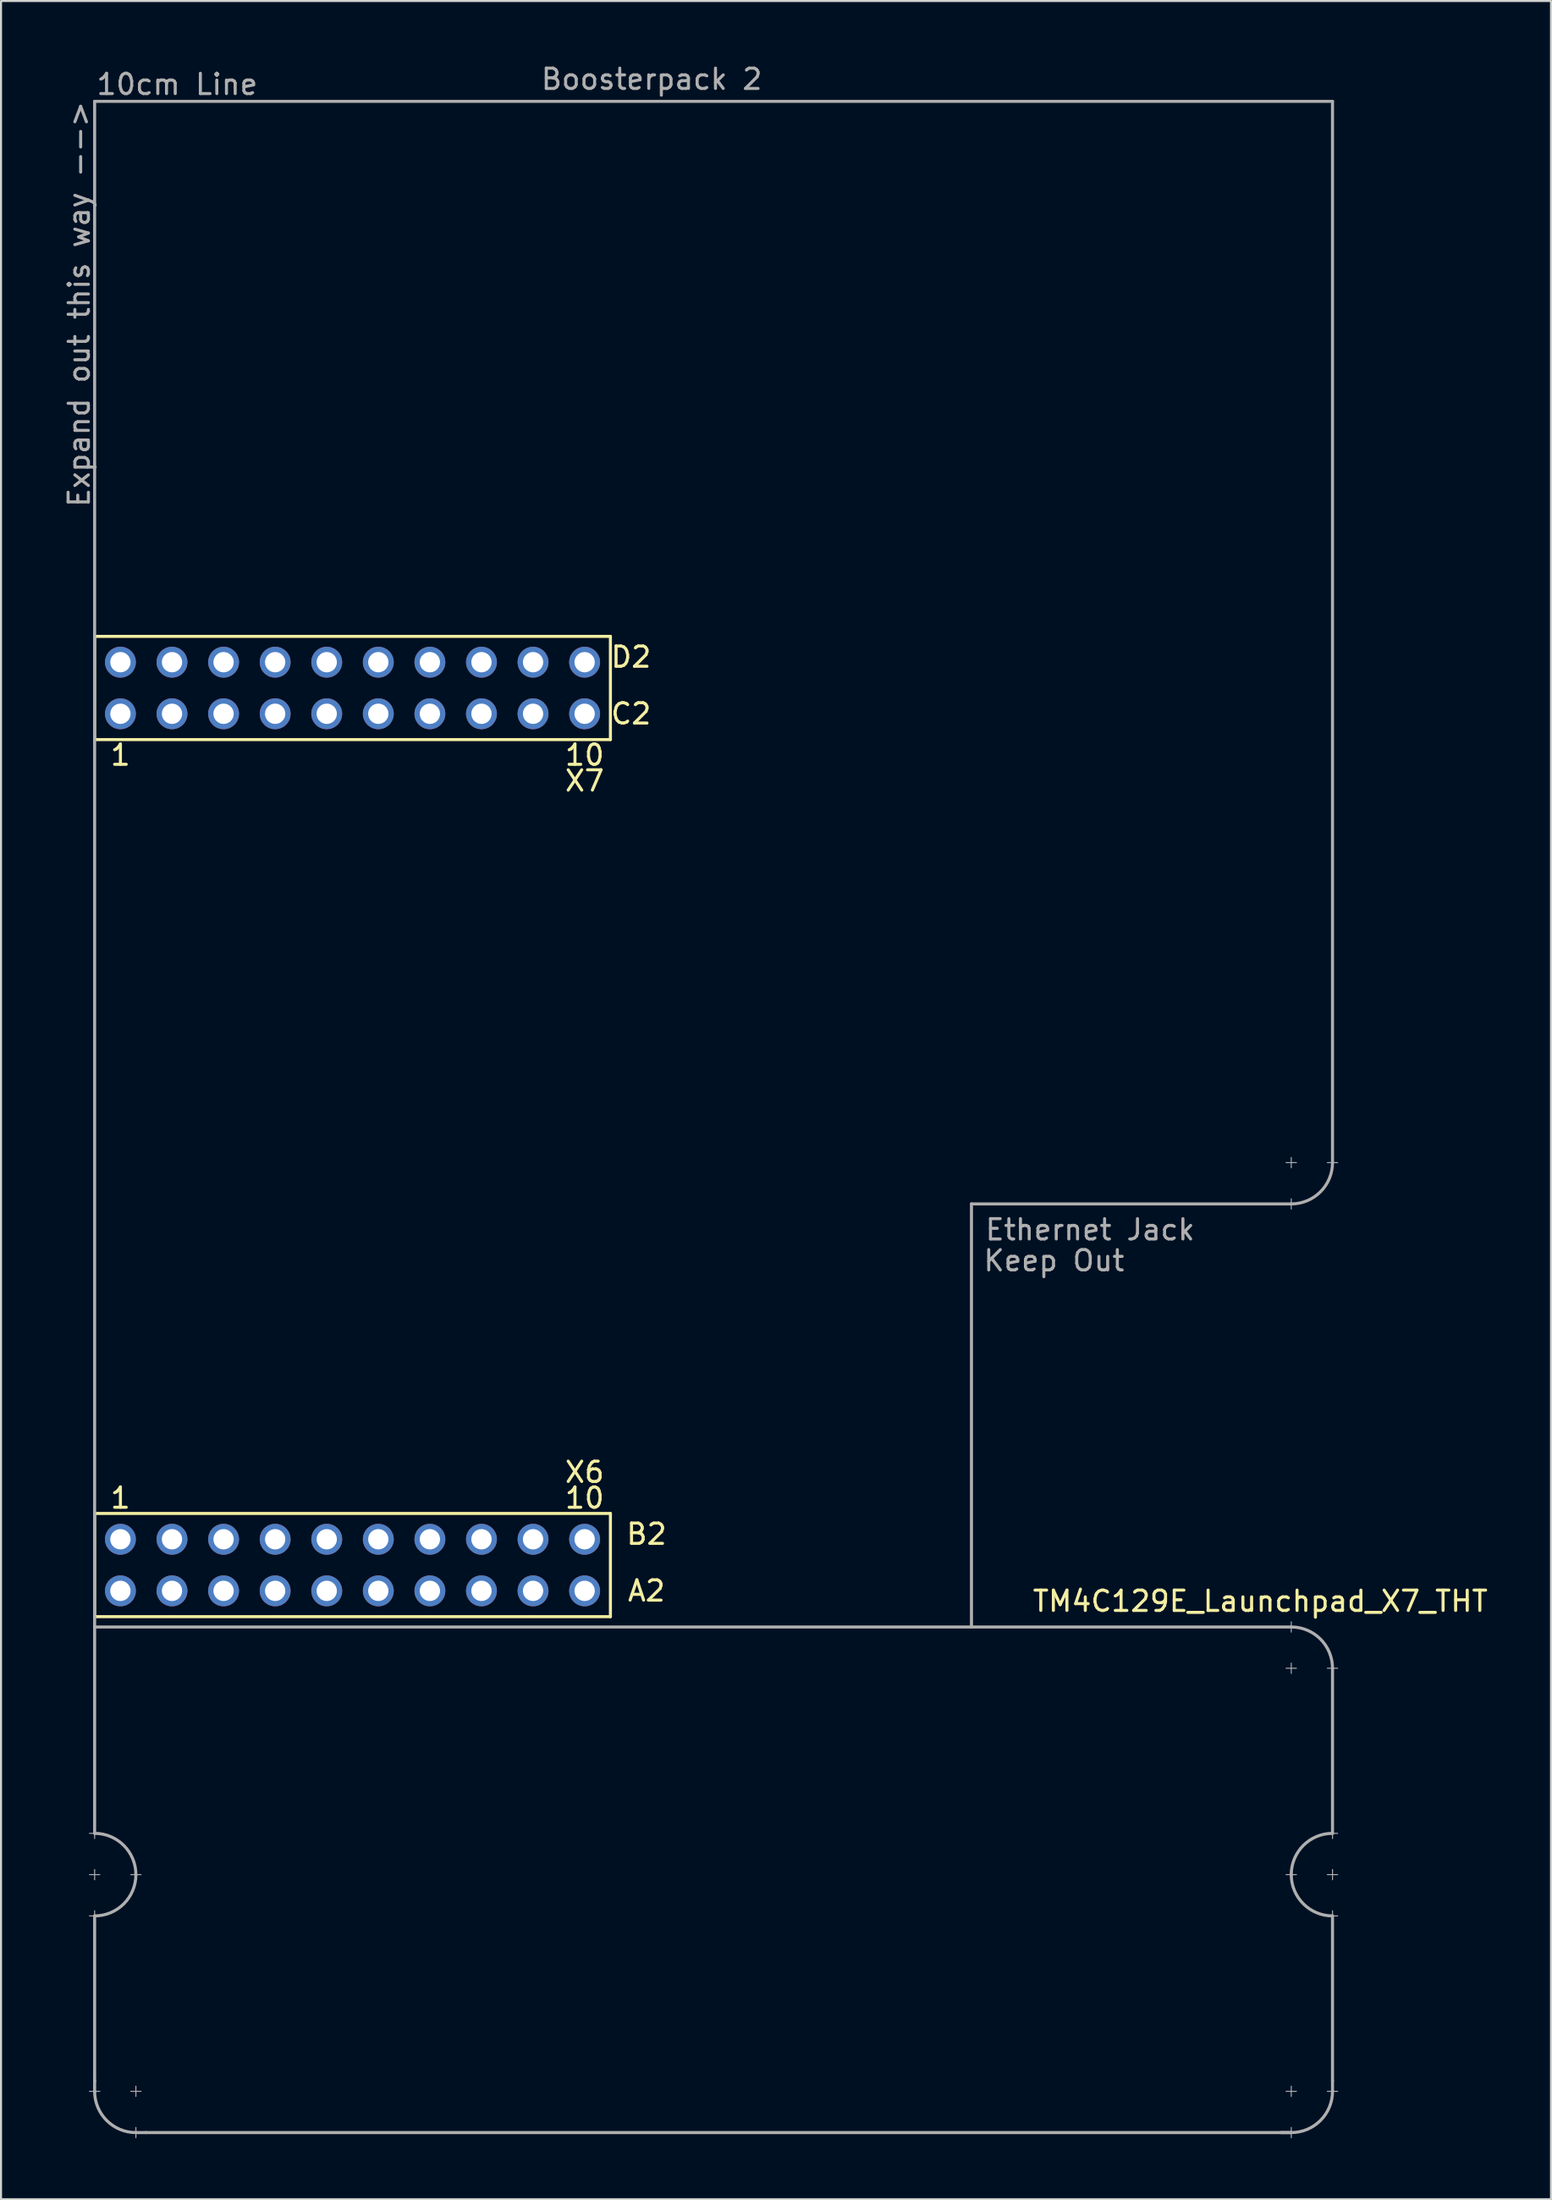
<source format=kicad_pcb>
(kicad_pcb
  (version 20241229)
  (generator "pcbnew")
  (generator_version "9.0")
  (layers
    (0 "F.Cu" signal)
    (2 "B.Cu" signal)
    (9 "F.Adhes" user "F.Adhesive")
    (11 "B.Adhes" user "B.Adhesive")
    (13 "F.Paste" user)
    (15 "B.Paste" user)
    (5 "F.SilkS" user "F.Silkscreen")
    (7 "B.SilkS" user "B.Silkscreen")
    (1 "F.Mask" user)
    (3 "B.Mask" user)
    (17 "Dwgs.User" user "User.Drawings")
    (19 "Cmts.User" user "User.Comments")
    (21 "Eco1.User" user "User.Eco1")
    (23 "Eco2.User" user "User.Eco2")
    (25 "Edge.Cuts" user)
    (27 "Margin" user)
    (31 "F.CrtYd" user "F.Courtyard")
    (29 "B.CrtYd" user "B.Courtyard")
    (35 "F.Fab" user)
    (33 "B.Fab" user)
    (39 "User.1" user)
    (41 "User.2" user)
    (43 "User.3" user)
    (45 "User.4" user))
  (footprint "TM4C129E_Launchpad_X7_THT"
    (layer "F.Cu")
    (at 1.61 76.54)
    (property "Reference" "TM4C129E_Launchpad_X7_THT" (at 57.404 -0.762 180) (layer "F.SilkS") (effects (font (size 1 1) (thickness 0.15))))
    (attr through_hole)
    (fp_line (start 0 -48.26) (end 0 -43.18) (stroke (width 0.15) (type solid)) (layer "F.SilkS"))
    (fp_line (start 0 -43.18) (end 25.4 -43.18) (stroke (width 0.15) (type solid)) (layer "F.SilkS"))
    (fp_line (start 0 -5.08) (end 0 0) (stroke (width 0.15) (type solid)) (layer "F.SilkS"))
    (fp_line (start 0 0) (end 25.4 0) (stroke (width 0.15) (type solid)) (layer "F.SilkS"))
    (fp_line (start 25.4 -48.26) (end 0 -48.26) (stroke (width 0.15) (type solid)) (layer "F.SilkS"))
    (fp_line (start 25.4 -43.18) (end 25.4 -48.26) (stroke (width 0.15) (type solid)) (layer "F.SilkS"))
    (fp_line (start 25.4 -5.08) (end 0 -5.08) (stroke (width 0.15) (type solid)) (layer "F.SilkS"))
    (fp_line (start 25.4 0) (end 25.4 -5.08) (stroke (width 0.15) (type solid)) (layer "F.SilkS"))
    (fp_line (start 0 -74.6) (end 60.96 -74.6) (stroke (width 0.15) (type solid)) (layer "F.Fab"))
    (fp_line (start 0 0) (end 0 -74.6) (stroke (width 0.15) (type solid)) (layer "F.Fab"))
    (fp_line (start 0 0) (end 0 10.668) (stroke (width 0.15) (type solid)) (layer "F.Fab"))
    (fp_line (start 0 0.508) (end 58.928 0.508) (stroke (width 0.15) (type solid)) (layer "F.Fab"))
    (fp_line (start 0 10.922) (end 0 10.414) (stroke (width 0.05) (type solid)) (layer "F.Fab"))
    (fp_line (start 0 12.954) (end 0 12.446) (stroke (width 0.05) (type solid)) (layer "F.Fab"))
    (fp_line (start 0 14.732) (end 0 22.86) (stroke (width 0.15) (type solid)) (layer "F.Fab"))
    (fp_line (start 0 14.986) (end 0 14.478) (stroke (width 0.05) (type solid)) (layer "F.Fab"))
    (fp_line (start 0 23.368) (end 0 22.835) (stroke (width 0.15) (type solid)) (layer "F.Fab"))
    (fp_line (start 0.254 10.668) (end -0.254 10.668) (stroke (width 0.05) (type solid)) (layer "F.Fab"))
    (fp_line (start 0.254 12.7) (end -0.254 12.7) (stroke (width 0.05) (type solid)) (layer "F.Fab"))
    (fp_line (start 0.254 14.732) (end -0.254 14.732) (stroke (width 0.05) (type solid)) (layer "F.Fab"))
    (fp_line (start 0.254 23.368) (end -0.254 23.368) (stroke (width 0.05) (type solid)) (layer "F.Fab"))
    (fp_line (start 2.032 23.622) (end 2.032 23.114) (stroke (width 0.05) (type solid)) (layer "F.Fab"))
    (fp_line (start 2.032 25.4) (end 2.54 25.4) (stroke (width 0.15) (type solid)) (layer "F.Fab"))
    (fp_line (start 2.032 25.654) (end 2.032 25.146) (stroke (width 0.05) (type solid)) (layer "F.Fab"))
    (fp_line (start 2.286 12.7) (end 1.778 12.7) (stroke (width 0.05) (type solid)) (layer "F.Fab"))
    (fp_line (start 2.286 23.368) (end 1.778 23.368) (stroke (width 0.05) (type solid)) (layer "F.Fab"))
    (fp_line (start 43.18 -20.32) (end 43.18 0.508) (stroke (width 0.15) (type solid)) (layer "F.Fab"))
    (fp_line (start 58.42 25.4) (end 58.928 25.4) (stroke (width 0.15) (type solid)) (layer "F.Fab"))
    (fp_line (start 58.674 -22.352) (end 59.182 -22.352) (stroke (width 0.05) (type solid)) (layer "F.Fab"))
    (fp_line (start 58.928 -22.098) (end 58.928 -22.606) (stroke (width 0.05) (type solid)) (layer "F.Fab"))
    (fp_line (start 58.928 -20.32) (end 43.18 -20.32) (stroke (width 0.15) (type solid)) (layer "F.Fab"))
    (fp_line (start 58.928 -20.066) (end 58.928 -20.574) (stroke (width 0.05) (type solid)) (layer "F.Fab"))
    (fp_line (start 58.928 0.762) (end 58.928 0.254) (stroke (width 0.05) (type solid)) (layer "F.Fab"))
    (fp_line (start 58.928 2.794) (end 58.928 2.286) (stroke (width 0.05) (type solid)) (layer "F.Fab"))
    (fp_line (start 58.928 23.622) (end 58.928 23.114) (stroke (width 0.05) (type solid)) (layer "F.Fab"))
    (fp_line (start 58.928 25.4) (end 2.54 25.4) (stroke (width 0.15) (type solid)) (layer "F.Fab"))
    (fp_line (start 58.928 25.654) (end 58.928 25.146) (stroke (width 0.05) (type solid)) (layer "F.Fab"))
    (fp_line (start 59.182 2.54) (end 58.674 2.54) (stroke (width 0.05) (type solid)) (layer "F.Fab"))
    (fp_line (start 59.182 12.7) (end 58.674 12.7) (stroke (width 0.05) (type solid)) (layer "F.Fab"))
    (fp_line (start 59.182 23.368) (end 58.674 23.368) (stroke (width 0.05) (type solid)) (layer "F.Fab"))
    (fp_line (start 60.706 -22.352) (end 61.214 -22.352) (stroke (width 0.05) (type solid)) (layer "F.Fab"))
    (fp_line (start 60.96 -74.6) (end 60.96 -22.352) (stroke (width 0.15) (type solid)) (layer "F.Fab"))
    (fp_line (start 60.96 2.54) (end 60.96 10.668) (stroke (width 0.15) (type solid)) (layer "F.Fab"))
    (fp_line (start 60.96 10.922) (end 60.96 10.414) (stroke (width 0.05) (type solid)) (layer "F.Fab"))
    (fp_line (start 60.96 12.954) (end 60.96 12.446) (stroke (width 0.05) (type solid)) (layer "F.Fab"))
    (fp_line (start 60.96 14.732) (end 60.96 22.86) (stroke (width 0.15) (type solid)) (layer "F.Fab"))
    (fp_line (start 60.96 14.986) (end 60.96 14.478) (stroke (width 0.05) (type solid)) (layer "F.Fab"))
    (fp_line (start 60.96 23.368) (end 60.96 22.86) (stroke (width 0.15) (type solid)) (layer "F.Fab"))
    (fp_line (start 61.214 2.54) (end 60.706 2.54) (stroke (width 0.05) (type solid)) (layer "F.Fab"))
    (fp_line (start 61.214 10.668) (end 60.706 10.668) (stroke (width 0.05) (type solid)) (layer "F.Fab"))
    (fp_line (start 61.214 12.7) (end 60.706 12.7) (stroke (width 0.05) (type solid)) (layer "F.Fab"))
    (fp_line (start 61.214 14.732) (end 60.706 14.732) (stroke (width 0.05) (type solid)) (layer "F.Fab"))
    (fp_line (start 61.214 23.368) (end 60.706 23.368) (stroke (width 0.05) (type solid)) (layer "F.Fab"))
    (fp_arc (start 0 10.668) (mid 1.436841 11.263159) (end 2.032 12.7) (stroke (width 0.15) (type solid)) (layer "F.Fab"))
    (fp_arc (start 2.032 12.7) (mid 1.436841 14.136841) (end 0 14.732) (stroke (width 0.15) (type solid)) (layer "F.Fab"))
    (fp_arc (start 2.032 25.4) (mid 0.595159 24.804841) (end 0 23.368) (stroke (width 0.15) (type solid)) (layer "F.Fab"))
    (fp_arc (start 58.928 0.508) (mid 60.364841 1.103159) (end 60.96 2.54) (stroke (width 0.15) (type solid)) (layer "F.Fab"))
    (fp_arc (start 58.928 12.7) (mid 59.523159 11.263159) (end 60.96 10.668) (stroke (width 0.15) (type solid)) (layer "F.Fab"))
    (fp_arc (start 60.96 -22.352) (mid 60.364841 -20.915159) (end 58.928 -20.32) (stroke (width 0.15) (type solid)) (layer "F.Fab"))
    (fp_arc (start 60.96 14.732) (mid 59.523159 14.136841) (end 58.928 12.7) (stroke (width 0.15) (type solid)) (layer "F.Fab"))
    (fp_arc (start 60.96 23.368) (mid 60.364841 24.804841) (end 58.928 25.4) (stroke (width 0.15) (type solid)) (layer "F.Fab"))
    (fp_text user "10" (at 24.13 -5.842 180) (layer "F.SilkS") (effects (font (size 1 1) (thickness 0.15))))
    (fp_text user "1" (at 1.27 -42.418 180) (layer "F.SilkS") (effects (font (size 1 1) (thickness 0.15))))
    (fp_text user "10" (at 24.13 -42.418 180) (layer "F.SilkS") (effects (font (size 1 1) (thickness 0.15))))
    (fp_text user "X7" (at 24.13 -41.148 180) (layer "F.SilkS") (effects (font (size 1 1) (thickness 0.15))))
    (fp_text user "A2" (at 27.178 -1.27 180) (layer "F.SilkS") (effects (font (size 1 1) (thickness 0.15))))
    (fp_text user "B2" (at 27.178 -4.064 180) (layer "F.SilkS") (effects (font (size 1 1) (thickness 0.15))))
    (fp_text user "1" (at 1.27 -5.842 180) (layer "F.SilkS") (effects (font (size 1 1) (thickness 0.15))))
    (fp_text user "D2" (at 26.416 -47.244 0) (layer "F.SilkS") (effects (font (size 1 1) (thickness 0.15))))
    (fp_text user "X6" (at 24.13 -7.112 0) (layer "F.SilkS") (effects (font (size 1 1) (thickness 0.15))))
    (fp_text user "C2" (at 26.416 -44.45 180) (layer "F.SilkS") (effects (font (size 1 1) (thickness 0.15))))
    (fp_text user "Expand out this way -->" (at -0.762 -64.618 90) (layer "F.Fab") (effects (font (size 1 1) (thickness 0.15))))
    (fp_text user "Ethernet Jack" (at 49.022 -19.05 0) (layer "F.Fab") (effects (font (size 1 1) (thickness 0.15))))
    (fp_text user "Keep Out" (at 47.244 -17.526 0) (layer "F.Fab") (effects (font (size 1 1) (thickness 0.15))))
    (fp_text user "Boosterpack 2" (at 27.432 -75.692 0) (layer "F.Fab") (effects (font (size 1 1) (thickness 0.15))))
    (fp_text user "10cm Line" (at 4.064 -75.438 0) (layer "F.Fab") (effects (font (size 1 1) (thickness 0.15))))
    (pad "+3V3" thru_hole circle (at 1.27 -1.27 180) (size 1.52 1.52) (drill 1) (layers "*.Cu" "*.Mask" "F.Paste"))
    (pad "+5V" thru_hole circle (at 1.27 -3.81 180) (size 1.52 1.52) (drill 1) (layers "*.Cu" "*.Mask" "F.Paste"))
    (pad "GND" thru_hole circle (at 1.27 -46.99 180) (size 1.52 1.52) (drill 1) (layers "*.Cu" "*.Mask" "F.Paste"))
    (pad "GND" thru_hole circle (at 3.81 -3.81 180) (size 1.52 1.52) (drill 1) (layers "*.Cu" "*.Mask" "F.Paste"))
    (pad "PA4" thru_hole circle (at 21.59 -3.81 180) (size 1.52 1.52) (drill 1) (layers "*.Cu" "*.Mask" "F.Paste"))
    (pad "PA5" thru_hole circle (at 24.13 -3.81 180) (size 1.52 1.52) (drill 1) (layers "*.Cu" "*.Mask" "F.Paste"))
    (pad "PA7" thru_hole circle (at 8.89 -46.99 180) (size 1.52 1.52) (drill 1) (layers "*.Cu" "*.Mask" "F.Paste"))
    (pad "PB4" thru_hole circle (at 6.35 -3.81 180) (size 1.52 1.52) (drill 1) (layers "*.Cu" "*.Mask" "F.Paste"))
    (pad "PB5" thru_hole circle (at 8.89 -3.81 180) (size 1.52 1.52) (drill 1) (layers "*.Cu" "*.Mask" "F.Paste"))
    (pad "PD2" thru_hole circle (at 3.81 -1.27 180) (size 1.52 1.52) (drill 1) (layers "*.Cu" "*.Mask" "F.Paste"))
    (pad "PD4" thru_hole circle (at 11.43 -1.27 180) (size 1.52 1.52) (drill 1) (layers "*.Cu" "*.Mask" "F.Paste"))
    (pad "PD5" thru_hole circle (at 13.97 -1.27 180) (size 1.52 1.52) (drill 1) (layers "*.Cu" "*.Mask" "F.Paste"))
    (pad "PG1" thru_hole circle (at 1.27 -44.45 180) (size 1.52 1.52) (drill 1) (layers "*.Cu" "*.Mask" "F.Paste"))
    (pad "PH0" thru_hole circle (at 16.51 -44.45 180) (size 1.52 1.52) (drill 1) (layers "*.Cu" "*.Mask" "F.Paste"))
    (pad "PH1" thru_hole circle (at 19.05 -44.45 180) (size 1.52 1.52) (drill 1) (layers "*.Cu" "*.Mask" "F.Paste"))
    (pad "PK0" thru_hole circle (at 11.43 -3.81 180) (size 1.52 1.52) (drill 1) (layers "*.Cu" "*.Mask" "F.Paste"))
    (pad "PK1" thru_hole circle (at 13.97 -3.81 180) (size 1.52 1.52) (drill 1) (layers "*.Cu" "*.Mask" "F.Paste"))
    (pad "PK2" thru_hole circle (at 16.51 -3.81 180) (size 1.52 1.52) (drill 1) (layers "*.Cu" "*.Mask" "F.Paste"))
    (pad "PK3" thru_hole circle (at 19.05 -3.81 180) (size 1.52 1.52) (drill 1) (layers "*.Cu" "*.Mask" "F.Paste"))
    (pad "PK4" thru_hole circle (at 3.81 -44.45 180) (size 1.52 1.52) (drill 1) (layers "*.Cu" "*.Mask" "F.Paste"))
    (pad "PK5" thru_hole circle (at 6.35 -44.45 180) (size 1.52 1.52) (drill 1) (layers "*.Cu" "*.Mask" "F.Paste"))
    (pad "PK6" thru_hole circle (at 21.59 -44.45 180) (size 1.52 1.52) (drill 1) (layers "*.Cu" "*.Mask" "F.Paste"))
    (pad "PK7" thru_hole circle (at 24.13 -44.45 180) (size 1.52 1.52) (drill 1) (layers "*.Cu" "*.Mask" "F.Paste"))
    (pad "PM0" thru_hole circle (at 8.89 -44.45 180) (size 1.52 1.52) (drill 1) (layers "*.Cu" "*.Mask" "F.Paste"))
    (pad "PM1" thru_hole circle (at 11.43 -44.45 180) (size 1.52 1.52) (drill 1) (layers "*.Cu" "*.Mask" "F.Paste"))
    (pad "PM2" thru_hole circle (at 13.97 -44.45 180) (size 1.52 1.52) (drill 1) (layers "*.Cu" "*.Mask" "F.Paste"))
    (pad "PM6" thru_hole circle (at 24.13 -46.99 180) (size 1.52 1.52) (drill 1) (layers "*.Cu" "*.Mask" "F.Paste"))
    (pad "PM7" thru_hole circle (at 3.81 -46.99 180) (size 1.52 1.52) (drill 1) (layers "*.Cu" "*.Mask" "F.Paste"))
    (pad "PN4" thru_hole circle (at 24.13 -1.27 180) (size 1.52 1.52) (drill 1) (layers "*.Cu" "*.Mask" "F.Paste"))
    (pad "PN5" thru_hole circle (at 21.59 -1.27 180) (size 1.52 1.52) (drill 1) (layers "*.Cu" "*.Mask" "F.Paste"))
    (pad "PP0" thru_hole circle (at 6.35 -1.27 180) (size 1.52 1.52) (drill 1) (layers "*.Cu" "*.Mask" "F.Paste"))
    (pad "PP1" thru_hole circle (at 8.89 -1.27 180) (size 1.52 1.52) (drill 1) (layers "*.Cu" "*.Mask" "F.Paste"))
    (pad "PP3" thru_hole circle (at 19.05 -46.99 180) (size 1.52 1.52) (drill 1) (layers "*.Cu" "*.Mask" "F.Paste"))
    (pad "PP4" thru_hole circle (at 19.05 -1.27 180) (size 1.52 1.52) (drill 1) (layers "*.Cu" "*.Mask" "F.Paste"))
    (pad "PP5" thru_hole circle (at 6.35 -46.99 180) (size 1.52 1.52) (drill 1) (layers "*.Cu" "*.Mask" "F.Paste"))
    (pad "PQ0" thru_hole circle (at 16.51 -1.27 180) (size 1.52 1.52) (drill 1) (layers "*.Cu" "*.Mask" "F.Paste"))
    (pad "PQ1" thru_hole circle (at 21.59 -46.99 180) (size 1.52 1.52) (drill 1) (layers "*.Cu" "*.Mask" "F.Paste"))
    (pad "PQ2" thru_hole circle (at 13.97 -46.99 180) (size 1.52 1.52) (drill 1) (layers "*.Cu" "*.Mask" "F.Paste"))
    (pad "PQ3" thru_hole circle (at 16.51 -46.99 180) (size 1.52 1.52) (drill 1) (layers "*.Cu" "*.Mask" "F.Paste"))
    (pad "Rese" thru_hole circle (at 11.43 -46.99 180) (size 1.52 1.52) (drill 1) (layers "*.Cu" "*.Mask" "F.Paste")))
  (gr_rect
    (start -3 -3)
    (end 73.33 105.219)
    (stroke (width 0.1) (type default))
    (fill no)
    (layer "Edge.Cuts")))
</source>
